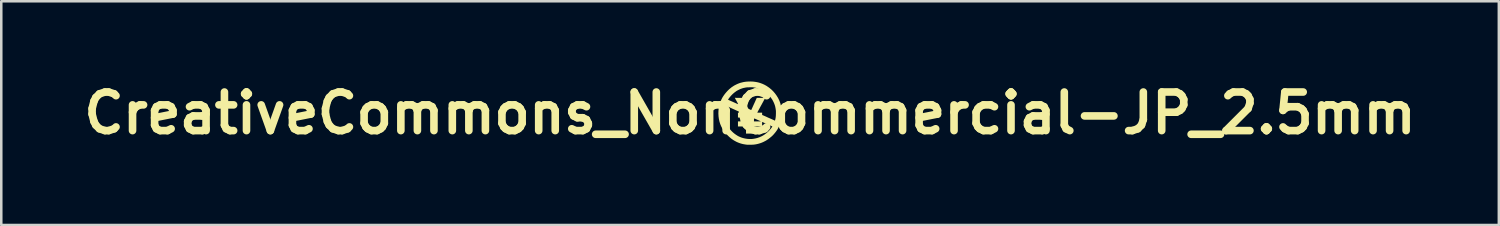
<source format=kicad_pcb>
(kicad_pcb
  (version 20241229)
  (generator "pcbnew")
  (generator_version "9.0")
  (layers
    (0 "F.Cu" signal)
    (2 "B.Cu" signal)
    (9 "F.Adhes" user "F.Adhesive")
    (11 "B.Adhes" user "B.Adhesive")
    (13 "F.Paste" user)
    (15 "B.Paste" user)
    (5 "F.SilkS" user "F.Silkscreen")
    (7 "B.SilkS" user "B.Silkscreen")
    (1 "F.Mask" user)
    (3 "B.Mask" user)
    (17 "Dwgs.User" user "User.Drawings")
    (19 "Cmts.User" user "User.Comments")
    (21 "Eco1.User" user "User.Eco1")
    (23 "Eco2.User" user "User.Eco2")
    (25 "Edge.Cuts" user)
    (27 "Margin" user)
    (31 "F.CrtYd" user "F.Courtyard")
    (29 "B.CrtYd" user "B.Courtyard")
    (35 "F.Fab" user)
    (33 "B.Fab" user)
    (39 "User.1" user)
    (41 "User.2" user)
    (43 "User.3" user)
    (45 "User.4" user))
  (footprint "CreativeCommons_NonCommercial-JP_2.5mm"
    (layer "F.Cu")
    (at 26.568 1.418)
    (property "Reference" "CreativeCommons_NonCommercial-JP_2.5mm" (at 0 0 0) (layer "F.SilkS") (effects (font (size 1.524 1.524) (thickness 0.3))))
    (attr board_only exclude_from_pos_files exclude_from_bom)
    (fp_poly (pts (xy 0.051 -1.249) (xy 0.083 -1.248) (xy 0.114 -1.246) (xy 0.147 -1.243) (xy 0.184 -1.238) (xy 0.214 -1.234) (xy 0.25 -1.228) (xy 0.282 -1.222) (xy 0.313 -1.215) (xy 0.346 -1.207) (xy 0.383 -1.196) (xy 0.398 -1.191) (xy 0.484 -1.16) (xy 0.568 -1.122) (xy 0.649 -1.077) (xy 0.729 -1.023) (xy 0.757 -1.003) (xy 0.839 -0.936) (xy 0.914 -0.863) (xy 0.983 -0.783) (xy 1.046 -0.697) (xy 1.102 -0.606) (xy 1.105 -0.601) (xy 1.114 -0.583) (xy 1.125 -0.561) (xy 1.136 -0.538) (xy 1.147 -0.515) (xy 1.157 -0.493) (xy 1.165 -0.474) (xy 1.17 -0.461) (xy 1.173 -0.453) (xy 1.173 -0.453) (xy 1.174 -0.447) (xy 1.178 -0.435) (xy 1.184 -0.42) (xy 1.191 -0.401) (xy 1.197 -0.383) (xy 1.2 -0.372) (xy 1.203 -0.359) (xy 1.207 -0.34) (xy 1.213 -0.319) (xy 1.215 -0.309) (xy 1.22 -0.288) (xy 1.226 -0.262) (xy 1.231 -0.232) (xy 1.236 -0.203) (xy 1.237 -0.195) (xy 1.241 -0.172) (xy 1.243 -0.151) (xy 1.245 -0.13) (xy 1.246 -0.108) (xy 1.247 -0.082) (xy 1.248 -0.051) (xy 1.248 -0.014) (xy 1.248 0.002) (xy 1.248 0.041) (xy 1.247 0.073) (xy 1.247 0.099) (xy 1.246 0.122) (xy 1.244 0.142) (xy 1.242 0.162) (xy 1.239 0.183) (xy 1.235 0.208) (xy 1.235 0.209) (xy 1.23 0.238) (xy 1.225 0.266) (xy 1.22 0.291) (xy 1.216 0.311) (xy 1.213 0.32) (xy 1.208 0.339) (xy 1.203 0.358) (xy 1.2 0.37) (xy 1.196 0.385) (xy 1.19 0.405) (xy 1.182 0.429) (xy 1.173 0.454) (xy 1.164 0.477) (xy 1.158 0.493) (xy 1.149 0.513) (xy 1.137 0.538) (xy 1.123 0.566) (xy 1.108 0.594) (xy 1.094 0.62) (xy 1.082 0.642) (xy 1.075 0.654) (xy 1.046 0.697) (xy 1.013 0.743) (xy 0.976 0.788) (xy 0.939 0.832) (xy 0.902 0.872) (xy 0.866 0.907) (xy 0.863 0.909) (xy 0.84 0.93) (xy 0.813 0.952) (xy 0.784 0.976) (xy 0.755 0.998) (xy 0.728 1.019) (xy 0.705 1.035) (xy 0.693 1.043) (xy 0.674 1.055) (xy 0.654 1.069) (xy 0.641 1.077) (xy 0.626 1.086) (xy 0.604 1.098) (xy 0.578 1.111) (xy 0.55 1.126) (xy 0.521 1.14) (xy 0.493 1.152) (xy 0.489 1.154) (xy 0.455 1.168) (xy 0.414 1.183) (xy 0.37 1.197) (xy 0.324 1.21) (xy 0.282 1.22) (xy 0.242 1.229) (xy 0.204 1.235) (xy 0.168 1.24) (xy 0.129 1.244) (xy 0.086 1.246) (xy 0.038 1.248) (xy 0.016 1.248) (xy -0.018 1.248) (xy -0.05 1.248) (xy -0.08 1.248) (xy -0.104 1.247) (xy -0.123 1.246) (xy -0.132 1.245) (xy -0.177 1.239) (xy -0.215 1.233) (xy -0.248 1.227) (xy -0.276 1.222) (xy -0.303 1.215) (xy -0.314 1.213) (xy -0.377 1.195) (xy -0.438 1.174) (xy -0.495 1.151) (xy -0.547 1.127) (xy -0.566 1.116) (xy -0.583 1.107) (xy -0.599 1.098) (xy -0.61 1.092) (xy -0.611 1.092) (xy -0.623 1.085) (xy -0.639 1.075) (xy -0.659 1.063) (xy -0.68 1.049) (xy -0.701 1.034) (xy -0.721 1.02) (xy -0.738 1.008) (xy -0.751 0.999) (xy -0.757 0.993) (xy -0.762 0.988) (xy -0.773 0.979) (xy -0.787 0.967) (xy -0.791 0.964) (xy -0.81 0.948) (xy -0.834 0.926) (xy -0.86 0.901) (xy -0.887 0.874) (xy -0.913 0.847) (xy -0.937 0.822) (xy -0.956 0.8) (xy -0.958 0.798) (xy -0.971 0.782) (xy -0.983 0.769) (xy -0.991 0.76) (xy -0.994 0.757) (xy -0.998 0.752) (xy -1.006 0.74) (xy -1.018 0.725) (xy -1.031 0.706) (xy -1.036 0.699) (xy -1.092 0.611) (xy -1.139 0.521) (xy -1.178 0.428) (xy -1.208 0.332) (xy -1.23 0.232) (xy -1.244 0.129) (xy -1.249 0.037) (xy -1.02 0.037) (xy -1.02 0.067) (xy -1.02 0.09) (xy -1.019 0.11) (xy -1.018 0.126) (xy -1.016 0.141) (xy -1.013 0.157) (xy -1.01 0.174) (xy -1.006 0.195) (xy -1.006 0.195) (xy -0.983 0.287) (xy -0.953 0.372) (xy -0.917 0.453) (xy -0.873 0.529) (xy -0.821 0.603) (xy -0.761 0.674) (xy -0.721 0.716) (xy -0.688 0.748) (xy -0.656 0.777) (xy -0.624 0.803) (xy -0.589 0.83) (xy -0.549 0.857) (xy -0.507 0.885) (xy -0.476 0.903) (xy -0.439 0.922) (xy -0.398 0.94) (xy -0.354 0.958) (xy -0.311 0.973) (xy -0.242 0.992) (xy -0.169 1.007) (xy -0.094 1.017) (xy -0.02 1.022) (xy 0.051 1.022) (xy 0.098 1.018) (xy 0.196 1.003) (xy 0.29 0.98) (xy 0.38 0.948) (xy 0.466 0.909) (xy 0.549 0.861) (xy 0.628 0.804) (xy 0.704 0.74) (xy 0.707 0.737) (xy 0.725 0.719) (xy 0.746 0.697) (xy 0.769 0.673) (xy 0.791 0.649) (xy 0.81 0.626) (xy 0.826 0.607) (xy 0.831 0.6) (xy 0.844 0.582) (xy 0.855 0.566) (xy 0.864 0.554) (xy 0.868 0.549) (xy 0.876 0.537) (xy 0.879 0.529) (xy 0.874 0.523) (xy 0.862 0.517) (xy 0.856 0.514) (xy 0.823 0.5) (xy 0.785 0.483) (xy 0.746 0.465) (xy 0.742 0.463) (xy 0.728 0.457) (xy 0.717 0.452) (xy 0.711 0.45) (xy 0.711 0.45) (xy 0.706 0.448) (xy 0.695 0.444) (xy 0.68 0.437) (xy 0.68 0.437) (xy 0.65 0.423) (xy 0.626 0.412) (xy 0.609 0.404) (xy 0.598 0.399) (xy 0.591 0.396) (xy 0.589 0.395) (xy 0.588 0.395) (xy 0.583 0.394) (xy 0.571 0.388) (xy 0.553 0.381) (xy 0.531 0.37) (xy 0.505 0.359) (xy 0.501 0.357) (xy 0.477 0.346) (xy 0.477 0.527) (xy 0.155 0.527) (xy 0.155 0.809) (xy -0.159 0.809) (xy -0.159 0.527) (xy -0.477 0.527) (xy -0.477 0.327) (xy -0.159 0.327) (xy 0.155 0.327) (xy 0.294 0.327) (xy 0.335 0.327) (xy 0.367 0.326) (xy 0.391 0.326) (xy 0.409 0.325) (xy 0.419 0.324) (xy 0.424 0.323) (xy 0.423 0.322) (xy 0.423 0.322) (xy 0.414 0.317) (xy 0.399 0.311) (xy 0.381 0.303) (xy 0.373 0.299) (xy 0.357 0.292) (xy 0.343 0.286) (xy 0.335 0.282) (xy 0.334 0.282) (xy 0.332 0.281) (xy 0.328 0.28) (xy 0.321 0.277) (xy 0.309 0.271) (xy 0.292 0.263) (xy 0.268 0.252) (xy 0.243 0.241) (xy 0.227 0.234) (xy 0.213 0.228) (xy 0.205 0.225) (xy 0.192 0.22) (xy 0.184 0.215) (xy 0.175 0.21) (xy 0.169 0.211) (xy 0.163 0.22) (xy 0.161 0.223) (xy 0.158 0.234) (xy 0.155 0.253) (xy 0.155 0.278) (xy 0.155 0.282) (xy 0.155 0.327) (xy -0.159 0.327) (xy -0.159 0.282) (xy -0.16 0.253) (xy -0.163 0.233) (xy -0.166 0.224) (xy -0.171 0.212) (xy -0.178 0.196) (xy -0.18 0.192) (xy -0.188 0.173) (xy -0.477 0.173) (xy -0.477 -0.018) (xy -0.413 -0.018) (xy -0.386 -0.018) (xy -0.368 -0.019) (xy -0.358 -0.02) (xy -0.356 -0.023) (xy -0.363 -0.028) (xy -0.377 -0.035) (xy -0.395 -0.043) (xy -0.415 -0.051) (xy -0.435 -0.06) (xy -0.448 -0.066) (xy -0.463 -0.072) (xy -0.482 -0.081) (xy -0.503 -0.09) (xy -0.509 -0.093) (xy -0.529 -0.101) (xy -0.548 -0.11) (xy -0.562 -0.117) (xy -0.566 -0.118) (xy -0.587 -0.128) (xy -0.613 -0.14) (xy -0.638 -0.151) (xy -0.656 -0.159) (xy -0.694 -0.176) (xy -0.74 -0.197) (xy -0.753 -0.203) (xy -0.769 -0.21) (xy -0.782 -0.215) (xy -0.789 -0.218) (xy -0.789 -0.218) (xy -0.795 -0.22) (xy -0.806 -0.225) (xy -0.815 -0.229) (xy -0.829 -0.236) (xy -0.849 -0.245) (xy -0.871 -0.255) (xy -0.886 -0.262) (xy -0.908 -0.271) (xy -0.928 -0.28) (xy -0.945 -0.288) (xy -0.953 -0.292) (xy -0.966 -0.296) (xy -0.975 -0.298) (xy -0.977 -0.298) (xy -0.98 -0.295) (xy -0.983 -0.288) (xy -0.986 -0.278) (xy -0.991 -0.261) (xy -0.996 -0.239) (xy -1.002 -0.209) (xy -1.006 -0.193) (xy -1.01 -0.173) (xy -1.013 -0.156) (xy -1.016 -0.14) (xy -1.018 -0.125) (xy -1.019 -0.108) (xy -1.02 -0.088) (xy -1.02 -0.064) (xy -1.02 -0.034) (xy -1.02 0) (xy -1.02 0.037) (xy -1.249 0.037) (xy -1.25 0.022) (xy -1.25 0) (xy -1.247 -0.093) (xy -1.239 -0.18) (xy -1.224 -0.265) (xy -1.203 -0.35) (xy -1.182 -0.416) (xy -1.173 -0.441) (xy -1.165 -0.462) (xy -1.157 -0.482) (xy -1.147 -0.504) (xy -1.136 -0.529) (xy -1.132 -0.535) (xy -0.868 -0.535) (xy -0.866 -0.532) (xy -0.861 -0.528) (xy -0.85 -0.522) (xy -0.834 -0.514) (xy -0.812 -0.504) (xy -0.783 -0.491) (xy -0.75 -0.476) (xy -0.733 -0.469) (xy -0.716 -0.461) (xy -0.711 -0.459) (xy -0.699 -0.454) (xy -0.681 -0.446) (xy -0.661 -0.437) (xy -0.655 -0.434) (xy -0.635 -0.425) (xy -0.616 -0.417) (xy -0.601 -0.41) (xy -0.598 -0.409) (xy -0.568 -0.395) (xy -0.541 -0.383) (xy -0.517 -0.372) (xy -0.496 -0.364) (xy -0.482 -0.358) (xy -0.474 -0.356) (xy -0.472 -0.356) (xy -0.472 -0.357) (xy -0.472 -0.36) (xy -0.474 -0.366) (xy -0.479 -0.376) (xy -0.485 -0.389) (xy -0.495 -0.408) (xy -0.508 -0.432) (xy -0.524 -0.462) (xy -0.544 -0.499) (xy -0.555 -0.518) (xy -0.566 -0.539) (xy -0.577 -0.559) (xy -0.585 -0.576) (xy -0.59 -0.585) (xy -0.599 -0.605) (xy -0.266 -0.602) (xy -0.258 -0.586) (xy -0.251 -0.571) (xy -0.242 -0.552) (xy -0.233 -0.532) (xy -0.223 -0.513) (xy -0.215 -0.495) (xy -0.209 -0.481) (xy -0.205 -0.472) (xy -0.205 -0.47) (xy -0.204 -0.468) (xy -0.202 -0.464) (xy -0.198 -0.455) (xy -0.192 -0.442) (xy -0.184 -0.424) (xy -0.173 -0.4) (xy -0.158 -0.369) (xy -0.145 -0.342) (xy -0.121 -0.29) (xy -0.1 -0.245) (xy -0.091 -0.225) (xy -0.083 -0.208) (xy -0.076 -0.194) (xy -0.072 -0.184) (xy -0.072 -0.183) (xy -0.066 -0.178) (xy -0.054 -0.17) (xy -0.038 -0.161) (xy -0.018 -0.151) (xy 0.002 -0.141) (xy 0.021 -0.132) (xy 0.037 -0.126) (xy 0.039 -0.126) (xy 0.043 -0.125) (xy 0.046 -0.125) (xy 0.049 -0.128) (xy 0.054 -0.135) (xy 0.059 -0.147) (xy 0.067 -0.164) (xy 0.078 -0.188) (xy 0.08 -0.193) (xy 0.09 -0.215) (xy 0.102 -0.241) (xy 0.114 -0.269) (xy 0.128 -0.299) (xy 0.141 -0.328) (xy 0.153 -0.355) (xy 0.164 -0.378) (xy 0.172 -0.395) (xy 0.175 -0.402) (xy 0.183 -0.419) (xy 0.192 -0.44) (xy 0.198 -0.452) (xy 0.205 -0.468) (xy 0.214 -0.489) (xy 0.224 -0.512) (xy 0.232 -0.53) (xy 0.242 -0.55) (xy 0.25 -0.569) (xy 0.257 -0.583) (xy 0.26 -0.591) (xy 0.266 -0.602) (xy 0.433 -0.603) (xy 0.6 -0.605) (xy 0.581 -0.569) (xy 0.57 -0.548) (xy 0.558 -0.525) (xy 0.544 -0.501) (xy 0.532 -0.477) (xy 0.52 -0.455) (xy 0.51 -0.437) (xy 0.503 -0.424) (xy 0.5 -0.418) (xy 0.496 -0.412) (xy 0.489 -0.399) (xy 0.48 -0.382) (xy 0.469 -0.361) (xy 0.464 -0.352) (xy 0.452 -0.331) (xy 0.442 -0.312) (xy 0.433 -0.297) (xy 0.428 -0.288) (xy 0.427 -0.286) (xy 0.424 -0.28) (xy 0.417 -0.268) (xy 0.408 -0.25) (xy 0.396 -0.229) (xy 0.388 -0.214) (xy 0.375 -0.189) (xy 0.362 -0.166) (xy 0.351 -0.146) (xy 0.343 -0.13) (xy 0.34 -0.125) (xy 0.331 -0.108) (xy 0.32 -0.088) (xy 0.315 -0.077) (xy 0.306 -0.061) (xy 0.298 -0.048) (xy 0.294 -0.041) (xy 0.289 -0.033) (xy 0.287 -0.028) (xy 0.288 -0.024) (xy 0.293 -0.021) (xy 0.304 -0.02) (xy 0.32 -0.019) (xy 0.344 -0.018) (xy 0.376 -0.018) (xy 0.382 -0.018) (xy 0.477 -0.018) (xy 0.477 0.027) (xy 0.477 0.048) (xy 0.478 0.061) (xy 0.479 0.069) (xy 0.482 0.073) (xy 0.487 0.075) (xy 0.487 0.075) (xy 0.497 0.079) (xy 0.511 0.085) (xy 0.525 0.091) (xy 0.542 0.099) (xy 0.564 0.108) (xy 0.586 0.118) (xy 0.591 0.12) (xy 0.611 0.129) (xy 0.632 0.138) (xy 0.649 0.146) (xy 0.652 0.148) (xy 0.7 0.17) (xy 0.742 0.189) (xy 0.764 0.198) (xy 0.781 0.205) (xy 0.803 0.215) (xy 0.826 0.225) (xy 0.839 0.231) (xy 0.86 0.24) (xy 0.882 0.25) (xy 0.901 0.259) (xy 0.909 0.262) (xy 0.928 0.271) (xy 0.948 0.28) (xy 0.957 0.284) (xy 0.97 0.29) (xy 0.979 0.294) (xy 0.982 0.295) (xy 0.985 0.291) (xy 0.989 0.282) (xy 0.99 0.276) (xy 1 0.235) (xy 1.008 0.198) (xy 1.013 0.162) (xy 1.017 0.125) (xy 1.02 0.084) (xy 1.021 0.037) (xy 1.022 0.024) (xy 1.022 -0.016) (xy 1.022 -0.049) (xy 1.022 -0.077) (xy 1.02 -0.103) (xy 1.017 -0.128) (xy 1.013 -0.155) (xy 1.008 -0.185) (xy 1.002 -0.218) (xy 0.991 -0.27) (xy 0.977 -0.318) (xy 0.959 -0.366) (xy 0.951 -0.386) (xy 0.943 -0.406) (xy 0.932 -0.429) (xy 0.92 -0.454) (xy 0.907 -0.48) (xy 0.894 -0.504) (xy 0.883 -0.525) (xy 0.873 -0.541) (xy 0.867 -0.55) (xy 0.861 -0.558) (xy 0.851 -0.572) (xy 0.839 -0.589) (xy 0.826 -0.607) (xy 0.806 -0.632) (xy 0.781 -0.661) (xy 0.751 -0.692) (xy 0.72 -0.725) (xy 0.688 -0.756) (xy 0.657 -0.785) (xy 0.628 -0.809) (xy 0.607 -0.826) (xy 0.588 -0.839) (xy 0.571 -0.852) (xy 0.557 -0.862) (xy 0.549 -0.869) (xy 0.54 -0.874) (xy 0.524 -0.883) (xy 0.504 -0.894) (xy 0.48 -0.907) (xy 0.455 -0.919) (xy 0.43 -0.932) (xy 0.407 -0.943) (xy 0.387 -0.952) (xy 0.372 -0.959) (xy 0.368 -0.96) (xy 0.334 -0.971) (xy 0.296 -0.983) (xy 0.257 -0.993) (xy 0.221 -1.002) (xy 0.211 -1.004) (xy 0.181 -1.01) (xy 0.153 -1.015) (xy 0.127 -1.018) (xy 0.101 -1.021) (xy 0.072 -1.022) (xy 0.039 -1.022) (xy -0.000278 -1.022) (xy -0.024 -1.021) (xy -0.063 -1.02) (xy -0.093 -1.019) (xy -0.118 -1.018) (xy -0.139 -1.016) (xy -0.157 -1.014) (xy -0.173 -1.011) (xy -0.184 -1.009) (xy -0.206 -1.004) (xy -0.227 -1) (xy -0.244 -0.997) (xy -0.25 -0.995) (xy -0.267 -0.991) (xy -0.289 -0.985) (xy -0.315 -0.977) (xy -0.342 -0.967) (xy -0.368 -0.958) (xy -0.389 -0.95) (xy -0.393 -0.948) (xy -0.42 -0.935) (xy -0.449 -0.921) (xy -0.478 -0.906) (xy -0.504 -0.892) (xy -0.528 -0.879) (xy -0.545 -0.867) (xy -0.554 -0.861) (xy -0.56 -0.856) (xy -0.572 -0.847) (xy -0.588 -0.835) (xy -0.607 -0.822) (xy -0.609 -0.82) (xy -0.646 -0.79) (xy -0.686 -0.754) (xy -0.727 -0.714) (xy -0.766 -0.671) (xy -0.803 -0.627) (xy -0.82 -0.605) (xy -0.835 -0.584) (xy -0.849 -0.565) (xy -0.859 -0.55) (xy -0.866 -0.539) (xy -0.868 -0.535) (xy -1.132 -0.535) (xy -1.124 -0.552) (xy -1.113 -0.573) (xy -1.105 -0.59) (xy -1.097 -0.605) (xy -1.089 -0.619) (xy -1.079 -0.636) (xy -1.066 -0.656) (xy -1.055 -0.673) (xy -1.022 -0.721) (xy -0.984 -0.771) (xy -0.942 -0.821) (xy -0.898 -0.87) (xy -0.854 -0.915) (xy -0.811 -0.955) (xy -0.775 -0.984) (xy -0.758 -0.997) (xy -0.744 -1.009) (xy -0.734 -1.017) (xy -0.73 -1.021) (xy -0.724 -1.025) (xy -0.712 -1.033) (xy -0.697 -1.043) (xy -0.686 -1.05) (xy -0.67 -1.061) (xy -0.656 -1.069) (xy -0.648 -1.075) (xy -0.645 -1.077) (xy -0.64 -1.081) (xy -0.628 -1.088) (xy -0.611 -1.097) (xy -0.59 -1.108) (xy -0.568 -1.119) (xy -0.545 -1.131) (xy -0.523 -1.141) (xy -0.504 -1.15) (xy -0.491 -1.156) (xy -0.456 -1.17) (xy -0.425 -1.182) (xy -0.399 -1.191) (xy -0.378 -1.198) (xy -0.368 -1.2) (xy -0.357 -1.203) (xy -0.339 -1.207) (xy -0.319 -1.213) (xy -0.309 -1.215) (xy -0.254 -1.228) (xy -0.197 -1.237) (xy -0.136 -1.244) (xy -0.069 -1.248) (xy -0.028 -1.249) (xy 0.014 -1.25)) (stroke (width 0) (type solid)) (fill yes) (layer "F.SilkS")))
  (gr_rect
    (start -3 -3)
    (end 56.137 5.836)
    (stroke (width 0.1) (type default))
    (fill no)
    (layer "Edge.Cuts")))
</source>
